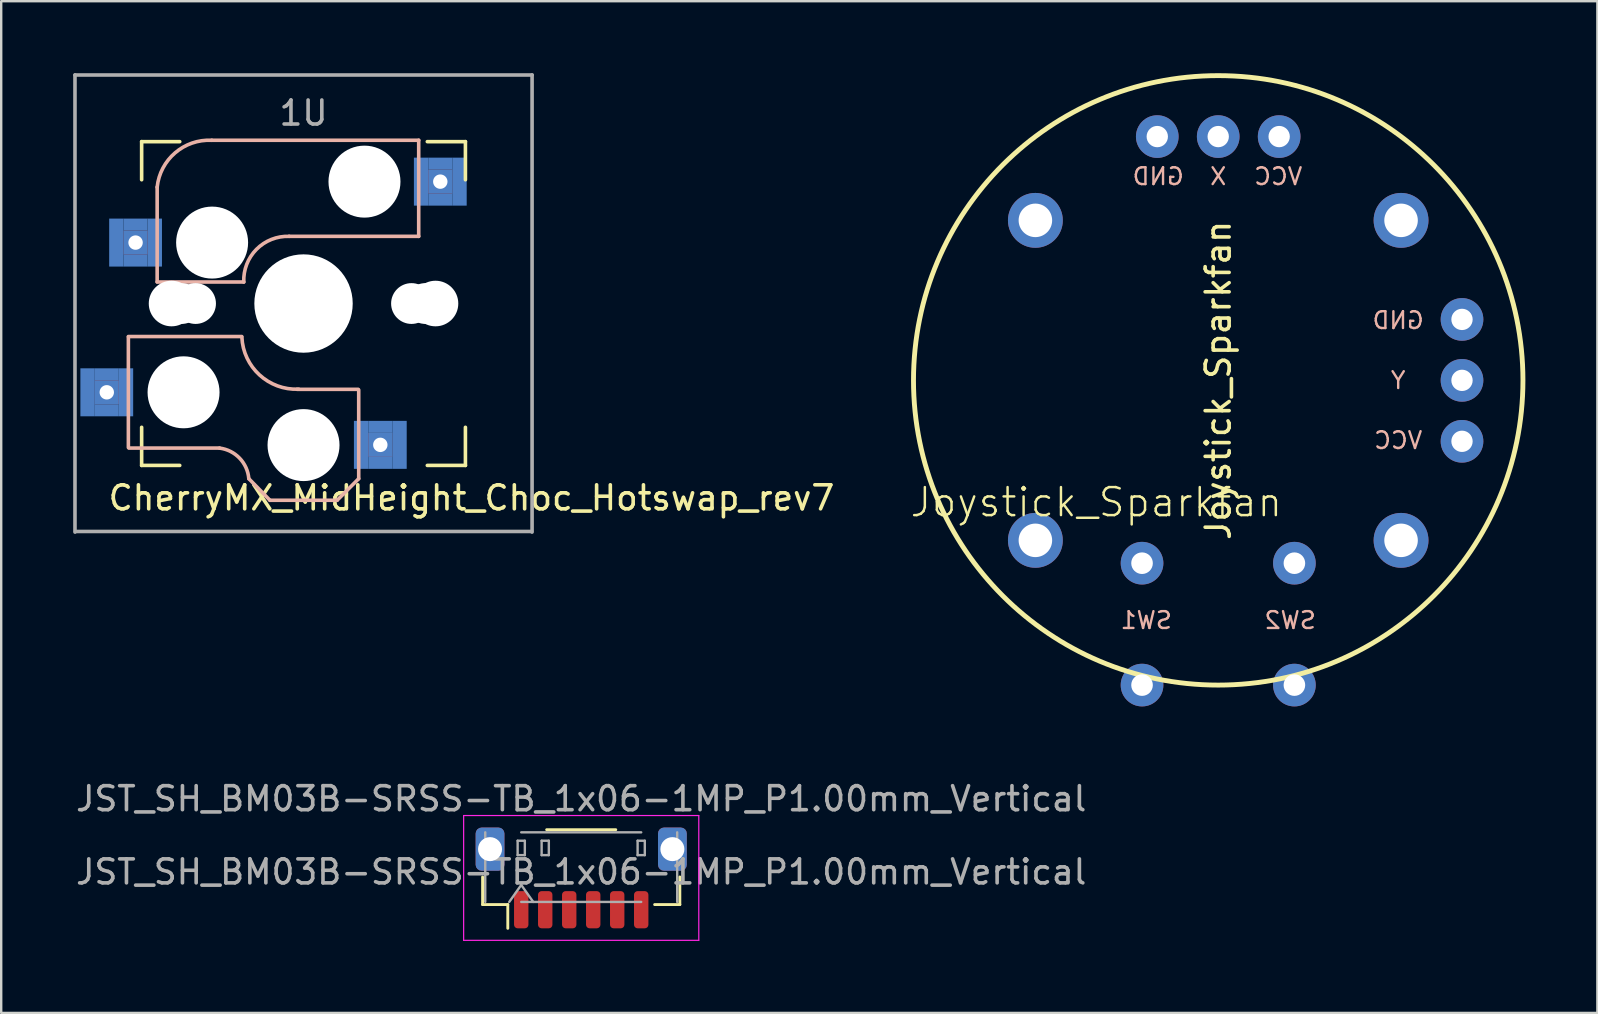
<source format=kicad_pcb>
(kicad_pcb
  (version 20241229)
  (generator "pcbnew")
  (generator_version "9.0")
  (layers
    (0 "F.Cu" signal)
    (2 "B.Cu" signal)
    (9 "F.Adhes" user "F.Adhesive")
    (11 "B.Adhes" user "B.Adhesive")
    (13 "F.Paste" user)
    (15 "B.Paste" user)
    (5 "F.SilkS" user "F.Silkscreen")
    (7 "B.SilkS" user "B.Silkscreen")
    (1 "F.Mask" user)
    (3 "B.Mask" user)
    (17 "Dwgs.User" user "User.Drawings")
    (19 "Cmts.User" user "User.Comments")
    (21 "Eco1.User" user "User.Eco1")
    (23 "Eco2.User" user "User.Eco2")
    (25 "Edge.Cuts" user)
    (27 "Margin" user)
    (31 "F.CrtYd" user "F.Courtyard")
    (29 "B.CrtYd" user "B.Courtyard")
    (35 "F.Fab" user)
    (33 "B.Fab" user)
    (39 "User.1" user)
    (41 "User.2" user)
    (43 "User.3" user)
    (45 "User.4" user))
  (footprint "Joystick_Sparkfan"
    (layer "F.Cu")
    (at 47.721 12.802)
    (property "Reference" "Joystick_Sparkfan" (at -5.08 5.08 0) (layer "F.SilkS") (effects (font (size 1.168 1.168) (thickness 0.102))))
    (fp_circle (center 0 0) (end 12.7 0) (stroke (width 0.203) (type solid)) (fill no) (layer "F.SilkS"))
    (fp_text user "Joystick_Sparkfan" (at 0 0 90) (unlocked yes) (layer "F.SilkS") (effects (font (size 1 1) (thickness 0.15))))
    (fp_text user "SW2" (at 3 10 0) (unlocked yes) (layer "B.SilkS") (effects (font (size 0.7 0.7) (thickness 0.1)) (justify mirror)))
    (fp_text user "GND" (at 7.5 -2.5 0) (unlocked yes) (layer "B.SilkS") (effects (font (size 0.7 0.7) (thickness 0.1)) (justify mirror)))
    (fp_text user "Y" (at 7.5 0 0) (unlocked yes) (layer "B.SilkS") (effects (font (size 0.7 0.7) (thickness 0.1)) (justify mirror)))
    (fp_text user "SW1" (at -3 10 0) (unlocked yes) (layer "B.SilkS") (effects (font (size 0.7 0.7) (thickness 0.1)) (justify mirror)))
    (fp_text user "GND" (at -2.5 -8.5 0) (unlocked yes) (layer "B.SilkS") (effects (font (size 0.7 0.7) (thickness 0.1)) (justify mirror)))
    (fp_text user "VCC" (at 7.5 2.5 0) (unlocked yes) (layer "B.SilkS") (effects (font (size 0.7 0.7) (thickness 0.1)) (justify mirror)))
    (fp_text user "X" (at 0 -8.5 0) (unlocked yes) (layer "B.SilkS") (effects (font (size 0.7 0.7) (thickness 0.1)) (justify mirror)))
    (fp_text user "VCC" (at 2.5 -8.5 0) (unlocked yes) (layer "B.SilkS") (effects (font (size 0.7 0.7) (thickness 0.1)) (justify mirror)))
    (pad "" thru_hole circle (at -7.62 -6.668 180) (size 2.286 2.286) (drill 1.397) (layers "*.Cu" "*.Mask"))
    (pad "" thru_hole circle (at -7.62 6.668 180) (size 2.286 2.286) (drill 1.397) (layers "*.Cu" "*.Mask"))
    (pad "" thru_hole circle (at 7.62 -6.668 180) (size 2.286 2.286) (drill 1.397) (layers "*.Cu" "*.Mask"))
    (pad "" thru_hole circle (at 7.62 6.668 180) (size 2.286 2.286) (drill 1.397) (layers "*.Cu" "*.Mask"))
    (pad "1" thru_hole circle (at -2.54 -10.16 180) (size 1.778 1.778) (drill 0.889) (layers "*.Cu" "*.Mask"))
    (pad "2" thru_hole circle (at 0 -10.16 180) (size 1.778 1.778) (drill 0.889) (layers "*.Cu" "*.Mask"))
    (pad "3" thru_hole circle (at 2.54 -10.16 180) (size 1.778 1.778) (drill 0.889) (layers "*.Cu" "*.Mask"))
    (pad "4" thru_hole circle (at 10.16 -2.54 180) (size 1.778 1.778) (drill 0.889) (layers "*.Cu" "*.Mask"))
    (pad "5" thru_hole circle (at 10.16 0 180) (size 1.778 1.778) (drill 0.889) (layers "*.Cu" "*.Mask"))
    (pad "6" thru_hole circle (at 10.16 2.54 180) (size 1.778 1.778) (drill 0.889) (layers "*.Cu" "*.Mask"))
    (pad "SW1" thru_hole circle (at -3.175 7.62 180) (size 1.778 1.778) (drill 0.9) (layers "*.Cu" "*.Mask"))
    (pad "SW1" thru_hole circle (at -3.175 12.7 180) (size 1.778 1.778) (drill 0.9) (layers "*.Cu" "*.Mask"))
    (pad "SW2" thru_hole circle (at 3.175 7.62 180) (size 1.778 1.778) (drill 0.9) (layers "*.Cu" "*.Mask"))
    (pad "SW2" thru_hole circle (at 3.175 12.7 180) (size 1.778 1.778) (drill 0.9) (layers "*.Cu" "*.Mask")))
  (footprint "CherryMX_MidHeight_Choc_Hotswap_rev7"
    (layer "F.Cu")
    (at 9.6 9.6)
    (property "Reference" "CherryMX_MidHeight_Choc_Hotswap_rev7" (at 7 8.1 0) (layer "F.SilkS") (effects (font (size 1 1) (thickness 0.15))))
    (fp_line (start -6.747 -6.747) (end -5.159 -6.747) (stroke (width 0.15) (type solid)) (layer "F.SilkS"))
    (fp_line (start -6.747 -5.159) (end -6.747 -6.747) (stroke (width 0.15) (type solid)) (layer "F.SilkS"))
    (fp_line (start -6.747 6.747) (end -6.747 5.159) (stroke (width 0.15) (type solid)) (layer "F.SilkS"))
    (fp_line (start -5.159 6.747) (end -6.747 6.747) (stroke (width 0.15) (type solid)) (layer "F.SilkS"))
    (fp_line (start 5.159 -6.747) (end 6.747 -6.747) (stroke (width 0.15) (type solid)) (layer "F.SilkS"))
    (fp_line (start 6.747 -6.747) (end 6.747 -5.159) (stroke (width 0.15) (type solid)) (layer "F.SilkS"))
    (fp_line (start 6.747 5.159) (end 6.747 6.747) (stroke (width 0.15) (type solid)) (layer "F.SilkS"))
    (fp_line (start 6.747 6.747) (end 5.159 6.747) (stroke (width 0.15) (type solid)) (layer "F.SilkS"))
    (fp_line (start -7.3 1.4) (end -7.3 6) (stroke (width 0.15) (type solid)) (layer "B.SilkS"))
    (fp_line (start -6.1 -4.85) (end -6.1 -0.905) (stroke (width 0.15) (type solid)) (layer "B.SilkS"))
    (fp_line (start -6.1 -0.896) (end -2.49 -0.896) (stroke (width 0.15) (type solid)) (layer "B.SilkS"))
    (fp_line (start -3.5 6.025) (end -7.275 6.025) (stroke (width 0.15) (type solid)) (layer "B.SilkS"))
    (fp_line (start -2.575 1.375) (end -7.3 1.375) (stroke (width 0.15) (type solid)) (layer "B.SilkS"))
    (fp_line (start -2.28 7.3) (end -1.4 8.2) (stroke (width 0.15) (type solid)) (layer "B.SilkS"))
    (fp_line (start 1.4 8.2) (end -1.4 8.2) (stroke (width 0.15) (type solid)) (layer "B.SilkS"))
    (fp_line (start 2.275 3.575) (end -0.275 3.575) (stroke (width 0.15) (type solid)) (layer "B.SilkS"))
    (fp_line (start 2.3 3.6) (end 2.3 7.3) (stroke (width 0.15) (type solid)) (layer "B.SilkS"))
    (fp_line (start 2.3 7.3) (end 1.4 8.2) (stroke (width 0.15) (type solid)) (layer "B.SilkS"))
    (fp_line (start 4.8 -6.804) (end -3.825 -6.804) (stroke (width 0.15) (type solid)) (layer "B.SilkS"))
    (fp_line (start 4.8 -2.8) (end -0.6 -2.8) (stroke (width 0.15) (type solid)) (layer "B.SilkS"))
    (fp_line (start 4.8 -2.8) (end 4.8 -6.804) (stroke (width 0.15) (type solid)) (layer "B.SilkS"))
    (fp_arc (start -6.1 -4.85) (mid -5.35181 -6.280266) (end -3.825 -6.804) (stroke (width 0.15) (type solid)) (layer "B.SilkS"))
    (fp_arc (start -3.5 6.025) (mid -2.663746 6.446006) (end -2.28 7.3) (stroke (width 0.15) (type solid)) (layer "B.SilkS"))
    (fp_arc (start -2.49 -0.896) (mid -1.960305 -2.260251) (end -0.6 -2.8) (stroke (width 0.15) (type solid)) (layer "B.SilkS"))
    (fp_arc (start -0.2 3.57) (mid -1.834422 2.975843) (end -2.57 1.4) (stroke (width 0.15) (type solid)) (layer "B.SilkS"))
    (fp_line (start -9.525 -9.525) (end 9.525 -9.525) (stroke (width 0.15) (type solid)) (layer "F.Fab"))
    (fp_line (start -9.525 9.525) (end -9.525 -9.525) (stroke (width 0.15) (type solid)) (layer "F.Fab"))
    (fp_line (start 9.5 9.5) (end -9.5 9.5) (stroke (width 0.15) (type solid)) (layer "F.Fab"))
    (fp_line (start 9.525 -9.525) (end 9.525 9.525) (stroke (width 0.15) (type solid)) (layer "F.Fab"))
    (fp_text user "1U" (at 0 -7.938 0) (layer "F.Fab") (effects (font (size 1 1) (thickness 0.15))))
    (pad "" np_thru_hole circle (at -5.5 0 90) (size 1.9 1.9) (drill 1.9) (layers "*.Cu" "*.Mask"))
    (pad "" np_thru_hole circle (at -5.08 0) (size 1.7 1.7) (drill 1.7) (layers "*.Cu" "*.Mask"))
    (pad "" np_thru_hole circle (at -5 3.7 90) (size 3 3) (drill 3) (layers "*.Cu" "*.Mask"))
    (pad "" np_thru_hole circle (at -4.5 0) (size 1.7 1.7) (drill 1.7) (layers "*.Cu" "*.Mask"))
    (pad "" np_thru_hole circle (at -3.81 -2.54 180) (size 3 3) (drill 3) (layers "*.Cu" "*.Mask"))
    (pad "" np_thru_hole circle (at 0 0 90) (size 4.1 4.1) (drill 4.1) (layers "*.Cu" "*.Mask"))
    (pad "" np_thru_hole circle (at 0 5.9 90) (size 3 3) (drill 3) (layers "*.Cu" "*.Mask"))
    (pad "" np_thru_hole circle (at 2.54 -5.08 180) (size 3 3) (drill 3) (layers "*.Cu" "*.Mask"))
    (pad "" np_thru_hole circle (at 4.5 0) (size 1.7 1.7) (drill 1.7) (layers "*.Cu" "*.Mask"))
    (pad "" np_thru_hole circle (at 5.08 0) (size 1.7 1.7) (drill 1.7) (layers "*.Cu" "*.Mask"))
    (pad "" np_thru_hole circle (at 5.5 0 90) (size 1.9 1.9) (drill 1.9) (layers "*.Cu" "*.Mask"))
    (pad "1" smd rect (at -9 3.7 180) (size 0.6 2) (layers "B.Cu" "B.Mask" "B.Paste"))
    (pad "1" smd rect (at -8.2 2.95 180) (size 1 0.5) (layers "B.Cu" "B.Mask" "B.Paste"))
    (pad "1" thru_hole rect (at -8.2 3.7) (size 1 1) (drill 0.6) (layers "*.Cu" "B.Mask"))
    (pad "1" smd rect (at -8.2 4.45 180) (size 1 0.5) (layers "B.Cu" "B.Mask" "B.Paste"))
    (pad "1" smd rect (at -7.8 -2.54 180) (size 0.6 2) (layers "B.Cu" "B.Mask" "B.Paste"))
    (pad "1" smd rect (at -7.4 3.7 180) (size 0.6 2) (layers "B.Cu" "B.Mask" "B.Paste"))
    (pad "1" smd rect (at -7 -3.29 180) (size 1 0.5) (layers "B.Cu" "B.Mask" "B.Paste"))
    (pad "1" thru_hole rect (at -7 -2.54) (size 1 1) (drill 0.6) (layers "*.Cu" "B.Mask"))
    (pad "1" smd rect (at -7 -1.79 180) (size 1 0.5) (layers "B.Cu" "B.Mask" "B.Paste"))
    (pad "1" smd rect (at -6.2 -2.54 180) (size 0.6 2) (layers "B.Cu" "B.Mask" "B.Paste"))
    (pad "2" smd rect (at 2.4 5.89 180) (size 0.6 2) (layers "B.Cu" "B.Mask" "B.Paste"))
    (pad "2" smd rect (at 3.2 5.14 180) (size 1 0.5) (layers "B.Cu" "B.Mask" "B.Paste"))
    (pad "2" thru_hole rect (at 3.2 5.89) (size 1 1) (drill 0.6) (layers "*.Cu" "B.Mask"))
    (pad "2" smd rect (at 3.2 6.64 180) (size 1 0.5) (layers "B.Cu" "B.Mask" "B.Paste"))
    (pad "2" smd rect (at 4 5.89 180) (size 0.6 2) (layers "B.Cu" "B.Mask" "B.Paste"))
    (pad "2" smd rect (at 4.9 -5.08 180) (size 0.6 2) (layers "B.Cu" "B.Mask" "B.Paste"))
    (pad "2" smd rect (at 5.7 -5.83 180) (size 1 0.5) (layers "B.Cu" "B.Mask" "B.Paste"))
    (pad "2" thru_hole rect (at 5.7 -5.08) (size 1 1) (drill 0.6) (layers "*.Cu" "B.Mask"))
    (pad "2" smd rect (at 5.7 -4.33 180) (size 1 0.5) (layers "B.Cu" "B.Mask" "B.Paste"))
    (pad "2" smd rect (at 6.5 -5.08 180) (size 0.6 2) (layers "B.Cu" "B.Mask" "B.Paste")))
  (footprint "JST_SH_BM03B-SRSS-TB_1x06-1MP_P1.00mm_Vertical"
    (layer "F.Cu")
    (at 21.173 33.539)
    (property "Reference" "JST_SH_BM03B-SRSS-TB_1x06-1MP_P1.00mm_Vertical" (at 0 -3.3 0) (layer "F.Fab") (effects (font (size 1 1) (thickness 0.15))))
    (attr smd)
    (fp_line (start -4.11 -0.04) (end -4.11 1.11) (stroke (width 0.12) (type solid)) (layer "F.SilkS"))
    (fp_line (start -4.11 1.11) (end -3.06 1.11) (stroke (width 0.12) (type solid)) (layer "F.SilkS"))
    (fp_line (start -3.06 1.11) (end -3.06 2.1) (stroke (width 0.12) (type solid)) (layer "F.SilkS"))
    (fp_line (start -1.44 -2.01) (end 1.44 -2.01) (stroke (width 0.12) (type solid)) (layer "F.SilkS"))
    (fp_line (start 4.11 -0.04) (end 4.11 1.11) (stroke (width 0.12) (type solid)) (layer "F.SilkS"))
    (fp_line (start 4.11 1.11) (end 3.06 1.11) (stroke (width 0.12) (type solid)) (layer "F.SilkS"))
    (fp_line (start -4.9 -2.6) (end -4.9 2.6) (stroke (width 0.05) (type solid)) (layer "F.CrtYd"))
    (fp_line (start -4.9 2.6) (end 4.9 2.6) (stroke (width 0.05) (type solid)) (layer "F.CrtYd"))
    (fp_line (start 4.9 -2.6) (end -4.9 -2.6) (stroke (width 0.05) (type solid)) (layer "F.CrtYd"))
    (fp_line (start 4.9 2.6) (end 4.9 -2.6) (stroke (width 0.05) (type solid)) (layer "F.CrtYd"))
    (fp_line (start -4 1) (end -4 -1.9) (stroke (width 0.1) (type solid)) (layer "F.Fab"))
    (fp_line (start -3 1) (end -2.5 0.293) (stroke (width 0.1) (type solid)) (layer "F.Fab"))
    (fp_line (start -2.65 -1.55) (end -2.65 -0.95) (stroke (width 0.1) (type solid)) (layer "F.Fab"))
    (fp_line (start -2.65 -0.95) (end -2.35 -0.95) (stroke (width 0.1) (type solid)) (layer "F.Fab"))
    (fp_line (start -2.5 -1.9) (end 2.5 -1.9) (stroke (width 0.1) (type solid)) (layer "F.Fab"))
    (fp_line (start -2.5 0.293) (end -2 1) (stroke (width 0.1) (type solid)) (layer "F.Fab"))
    (fp_line (start -2.5 1) (end 2.5 1) (stroke (width 0.1) (type solid)) (layer "F.Fab"))
    (fp_line (start -2.35 -1.55) (end -2.65 -1.55) (stroke (width 0.1) (type solid)) (layer "F.Fab"))
    (fp_line (start -2.35 -0.95) (end -2.35 -1.55) (stroke (width 0.1) (type solid)) (layer "F.Fab"))
    (fp_line (start -1.65 -1.55) (end -1.65 -0.95) (stroke (width 0.1) (type solid)) (layer "F.Fab"))
    (fp_line (start -1.65 -0.95) (end -1.35 -0.95) (stroke (width 0.1) (type solid)) (layer "F.Fab"))
    (fp_line (start -1.35 -1.55) (end -1.65 -1.55) (stroke (width 0.1) (type solid)) (layer "F.Fab"))
    (fp_line (start -1.35 -0.95) (end -1.35 -1.55) (stroke (width 0.1) (type solid)) (layer "F.Fab"))
    (fp_line (start 2.35 -1.55) (end 2.35 -0.95) (stroke (width 0.1) (type solid)) (layer "F.Fab"))
    (fp_line (start 2.35 -0.95) (end 2.65 -0.95) (stroke (width 0.1) (type solid)) (layer "F.Fab"))
    (fp_line (start 2.65 -1.55) (end 2.35 -1.55) (stroke (width 0.1) (type solid)) (layer "F.Fab"))
    (fp_line (start 2.65 -0.95) (end 2.65 -1.55) (stroke (width 0.1) (type solid)) (layer "F.Fab"))
    (fp_line (start 4 1) (end 4 -1.9) (stroke (width 0.1) (type solid)) (layer "F.Fab"))
    (fp_text user "${REFERENCE}" (at 0 -0.25 0) (layer "F.Fab") (effects (font (size 1 1) (thickness 0.15))))
    (pad "1" smd roundrect (at -2.5 1.325) (size 0.6 1.55) (layers "F.Cu" "F.Mask" "F.Paste") (roundrect_rratio 0.25))
    (pad "2" smd roundrect (at -1.5 1.325) (size 0.6 1.55) (layers "F.Cu" "F.Mask" "F.Paste") (roundrect_rratio 0.25))
    (pad "3" smd roundrect (at -0.5 1.325) (size 0.6 1.55) (layers "F.Cu" "F.Mask" "F.Paste") (roundrect_rratio 0.25))
    (pad "4" smd roundrect (at 0.5 1.325) (size 0.6 1.55) (layers "F.Cu" "F.Mask" "F.Paste") (roundrect_rratio 0.25))
    (pad "5" smd roundrect (at 1.5 1.325) (size 0.6 1.55) (layers "F.Cu" "F.Mask" "F.Paste") (roundrect_rratio 0.25))
    (pad "6" smd roundrect (at 2.5 1.325) (size 0.6 1.55) (layers "F.Cu" "F.Mask" "F.Paste") (roundrect_rratio 0.25))
    (pad "MP" thru_hole roundrect (at -3.8 -1.2) (size 1.2 1.8) (drill 1) (layers "*.Cu" "*.Mask") (roundrect_rratio 0.208))
    (pad "MP" thru_hole roundrect (at 3.8 -1.2) (size 1.2 1.8) (drill 1) (layers "*.Cu" "*.Mask") (roundrect_rratio 0.208)))
  (gr_rect
    (start -3 -3)
    (end 63.523 39.164)
    (stroke (width 0.1) (type default))
    (fill no)
    (layer "Edge.Cuts")))
</source>
